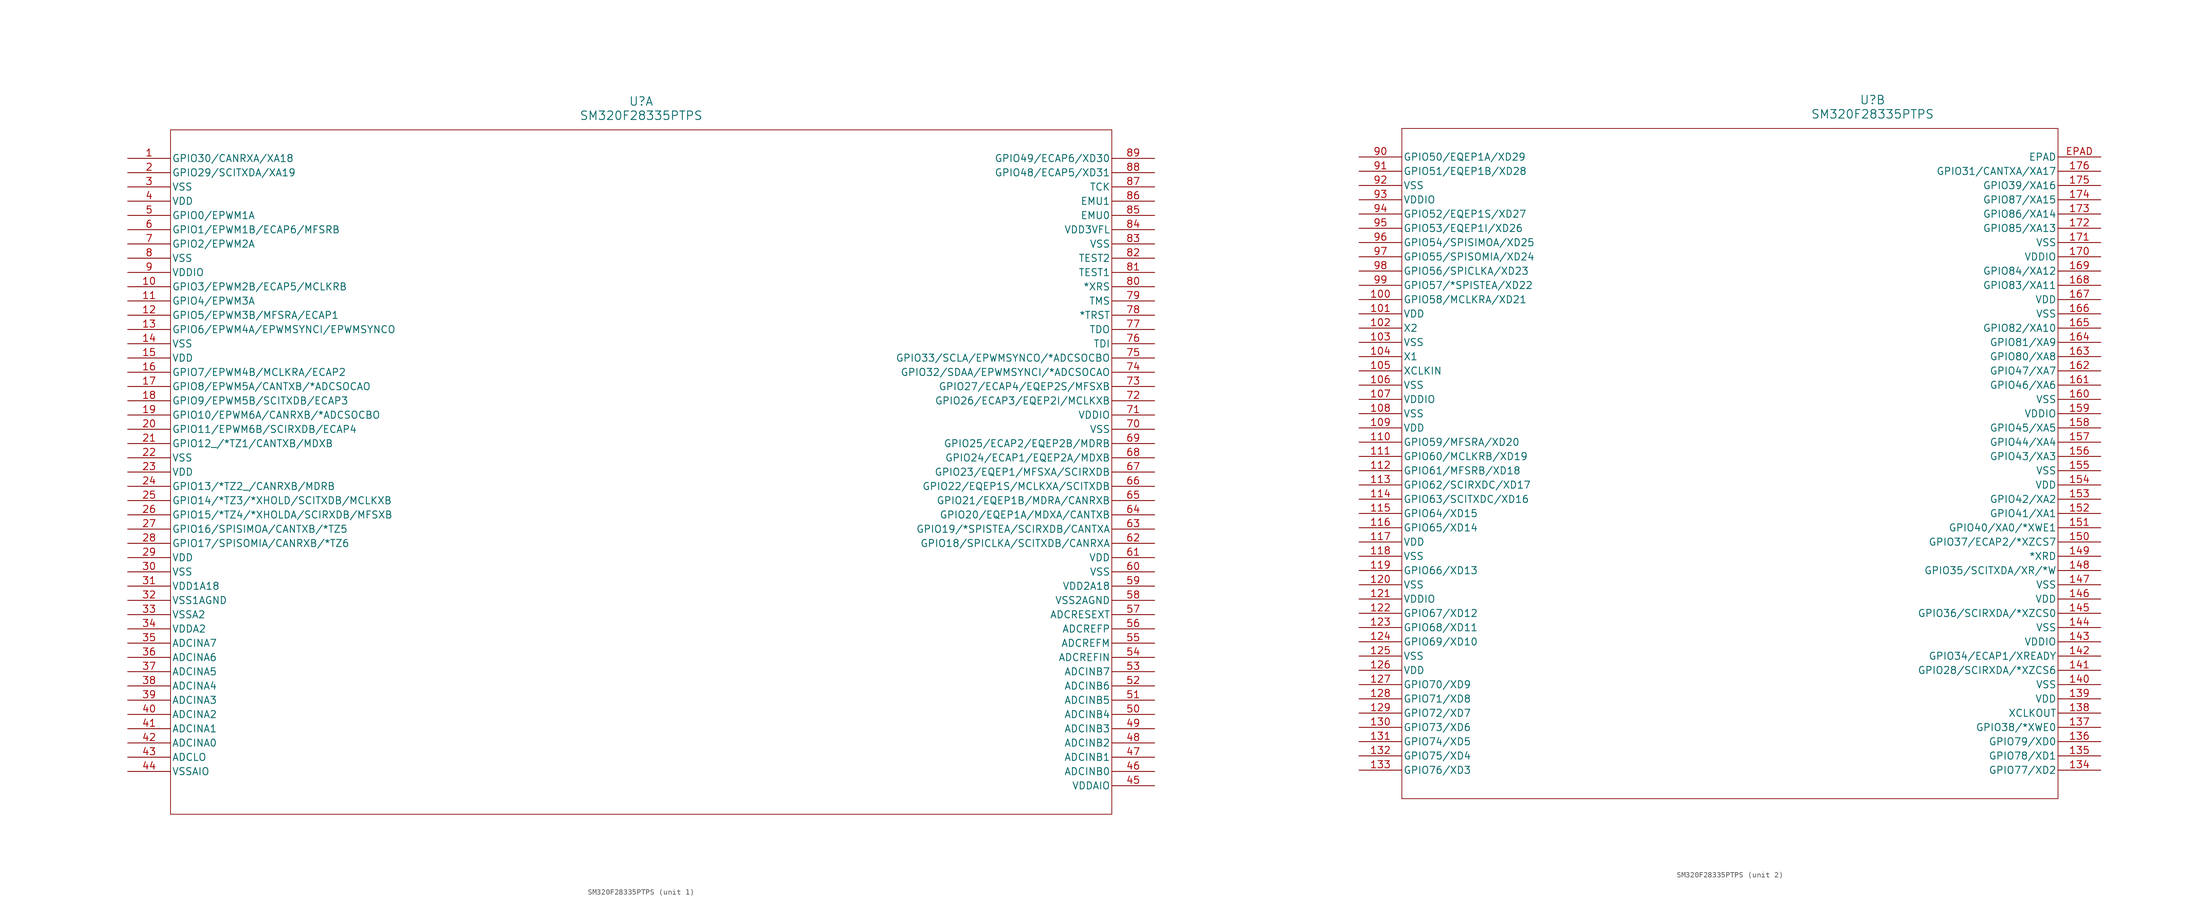
<source format=kicad_sym>
(kicad_symbol_lib
  (version 20211014)
  (generator kicad_symbol_editor)
  (symbol "SM320F28335PTPS"
    (pin_names
      (offset 0.254))
    (property "Reference" "U"
      (at 91.44 10.16 0)
      (effects (font (size 1.524 1.524))))
    (property "Value" "SM320F28335PTPS"
      (at 91.44 7.62 0)
      (effects (font (size 1.524 1.524))))
    (symbol "SM320F28335PTPS_1_1"
      (polyline (pts (xy 7.62 5.08) (xy 7.62 -116.84)) (stroke (width 0.127) (type default) (color 0 0 0 0)) (fill (type none)))
      (polyline (pts (xy 7.62 -116.84) (xy 175.26 -116.84)) (stroke (width 0.127) (type default) (color 0 0 0 0)) (fill (type none)))
      (polyline (pts (xy 175.26 -116.84) (xy 175.26 5.08)) (stroke (width 0.127) (type default) (color 0 0 0 0)) (fill (type none)))
      (polyline (pts (xy 175.26 5.08) (xy 7.62 5.08)) (stroke (width 0.127) (type default) (color 0 0 0 0)) (fill (type none)))
      (pin bidirectional line (at 0 0 0) (length 7.62) (name "GPIO30/CANRXA/XA18" (effects (font (size 1.27 1.27)))) (number "1" (effects (font (size 1.27 1.27)))))
      (pin bidirectional line (at 0 -2.54 0) (length 7.62) (name "GPIO29/SCITXDA/XA19" (effects (font (size 1.27 1.27)))) (number "2" (effects (font (size 1.27 1.27)))))
      (pin power_in line (at 0 -5.08 0) (length 7.62) (name "VSS" (effects (font (size 1.27 1.27)))) (number "3" (effects (font (size 1.27 1.27)))))
      (pin power_in line (at 0 -7.62 0) (length 7.62) (name "VDD" (effects (font (size 1.27 1.27)))) (number "4" (effects (font (size 1.27 1.27)))))
      (pin bidirectional line (at 0 -10.16 0) (length 7.62) (name "GPIO0/EPWM1A" (effects (font (size 1.27 1.27)))) (number "5" (effects (font (size 1.27 1.27)))))
      (pin bidirectional line (at 0 -12.7 0) (length 7.62) (name "GPIO1/EPWM1B/ECAP6/MFSRB" (effects (font (size 1.27 1.27)))) (number "6" (effects (font (size 1.27 1.27)))))
      (pin bidirectional line (at 0 -15.24 0) (length 7.62) (name "GPIO2/EPWM2A" (effects (font (size 1.27 1.27)))) (number "7" (effects (font (size 1.27 1.27)))))
      (pin power_in line (at 0 -17.78 0) (length 7.62) (name "VSS" (effects (font (size 1.27 1.27)))) (number "8" (effects (font (size 1.27 1.27)))))
      (pin power_in line (at 0 -20.32 0) (length 7.62) (name "VDDIO" (effects (font (size 1.27 1.27)))) (number "9" (effects (font (size 1.27 1.27)))))
      (pin bidirectional line (at 0 -22.86 0) (length 7.62) (name "GPIO3/EPWM2B/ECAP5/MCLKRB" (effects (font (size 1.27 1.27)))) (number "10" (effects (font (size 1.27 1.27)))))
      (pin bidirectional line (at 0 -25.4 0) (length 7.62) (name "GPIO4/EPWM3A" (effects (font (size 1.27 1.27)))) (number "11" (effects (font (size 1.27 1.27)))))
      (pin bidirectional line (at 0 -27.94 0) (length 7.62) (name "GPIO5/EPWM3B/MFSRA/ECAP1" (effects (font (size 1.27 1.27)))) (number "12" (effects (font (size 1.27 1.27)))))
      (pin bidirectional line (at 0 -30.48 0) (length 7.62) (name "GPIO6/EPWM4A/EPWMSYNCI/EPWMSYNCO" (effects (font (size 1.27 1.27)))) (number "13" (effects (font (size 1.27 1.27)))))
      (pin power_in line (at 0 -33.02 0) (length 7.62) (name "VSS" (effects (font (size 1.27 1.27)))) (number "14" (effects (font (size 1.27 1.27)))))
      (pin power_in line (at 0 -35.56 0) (length 7.62) (name "VDD" (effects (font (size 1.27 1.27)))) (number "15" (effects (font (size 1.27 1.27)))))
      (pin bidirectional line (at 0 -38.1 0) (length 7.62) (name "GPIO7/EPWM4B/MCLKRA/ECAP2" (effects (font (size 1.27 1.27)))) (number "16" (effects (font (size 1.27 1.27)))))
      (pin bidirectional line (at 0 -40.64 0) (length 7.62) (name "GPIO8/EPWM5A/CANTXB/*ADCSOCAO" (effects (font (size 1.27 1.27)))) (number "17" (effects (font (size 1.27 1.27)))))
      (pin bidirectional line (at 0 -43.18 0) (length 7.62) (name "GPIO9/EPWM5B/SCITXDB/ECAP3" (effects (font (size 1.27 1.27)))) (number "18" (effects (font (size 1.27 1.27)))))
      (pin bidirectional line (at 0 -45.72 0) (length 7.62) (name "GPIO10/EPWM6A/CANRXB/*ADCSOCBO" (effects (font (size 1.27 1.27)))) (number "19" (effects (font (size 1.27 1.27)))))
      (pin bidirectional line (at 0 -48.26 0) (length 7.62) (name "GPIO11/EPWM6B/SCIRXDB/ECAP4" (effects (font (size 1.27 1.27)))) (number "20" (effects (font (size 1.27 1.27)))))
      (pin bidirectional line (at 0 -50.8 0) (length 7.62) (name "GPIO12 /*TZ1/CANTXB/MDXB" (effects (font (size 1.27 1.27)))) (number "21" (effects (font (size 1.27 1.27)))))
      (pin power_in line (at 0 -53.34 0) (length 7.62) (name "VSS" (effects (font (size 1.27 1.27)))) (number "22" (effects (font (size 1.27 1.27)))))
      (pin power_in line (at 0 -55.88 0) (length 7.62) (name "VDD" (effects (font (size 1.27 1.27)))) (number "23" (effects (font (size 1.27 1.27)))))
      (pin bidirectional line (at 0 -58.42 0) (length 7.62) (name "GPIO13/*TZ2 /CANRXB/MDRB" (effects (font (size 1.27 1.27)))) (number "24" (effects (font (size 1.27 1.27)))))
      (pin bidirectional line (at 0 -60.96 0) (length 7.62) (name "GPIO14/*TZ3/*XHOLD/SCITXDB/MCLKXB" (effects (font (size 1.27 1.27)))) (number "25" (effects (font (size 1.27 1.27)))))
      (pin bidirectional line (at 0 -63.5 0) (length 7.62) (name "GPIO15/*TZ4/*XHOLDA/SCIRXDB/MFSXB" (effects (font (size 1.27 1.27)))) (number "26" (effects (font (size 1.27 1.27)))))
      (pin bidirectional line (at 0 -66.04 0) (length 7.62) (name "GPIO16/SPISIMOA/CANTXB/*TZ5" (effects (font (size 1.27 1.27)))) (number "27" (effects (font (size 1.27 1.27)))))
      (pin bidirectional line (at 0 -68.58 0) (length 7.62) (name "GPIO17/SPISOMIA/CANRXB/*TZ6" (effects (font (size 1.27 1.27)))) (number "28" (effects (font (size 1.27 1.27)))))
      (pin power_in line (at 0 -71.12 0) (length 7.62) (name "VDD" (effects (font (size 1.27 1.27)))) (number "29" (effects (font (size 1.27 1.27)))))
      (pin power_in line (at 0 -73.66 0) (length 7.62) (name "VSS" (effects (font (size 1.27 1.27)))) (number "30" (effects (font (size 1.27 1.27)))))
      (pin power_in line (at 0 -76.2 0) (length 7.62) (name "VDD1A18" (effects (font (size 1.27 1.27)))) (number "31" (effects (font (size 1.27 1.27)))))
      (pin power_in line (at 0 -78.74 0) (length 7.62) (name "VSS1AGND" (effects (font (size 1.27 1.27)))) (number "32" (effects (font (size 1.27 1.27)))))
      (pin power_in line (at 0 -81.28 0) (length 7.62) (name "VSSA2" (effects (font (size 1.27 1.27)))) (number "33" (effects (font (size 1.27 1.27)))))
      (pin power_in line (at 0 -83.82 0) (length 7.62) (name "VDDA2" (effects (font (size 1.27 1.27)))) (number "34" (effects (font (size 1.27 1.27)))))
      (pin input line (at 0 -86.36 0) (length 7.62) (name "ADCINA7" (effects (font (size 1.27 1.27)))) (number "35" (effects (font (size 1.27 1.27)))))
      (pin input line (at 0 -88.9 0) (length 7.62) (name "ADCINA6" (effects (font (size 1.27 1.27)))) (number "36" (effects (font (size 1.27 1.27)))))
      (pin input line (at 0 -91.44 0) (length 7.62) (name "ADCINA5" (effects (font (size 1.27 1.27)))) (number "37" (effects (font (size 1.27 1.27)))))
      (pin input line (at 0 -93.98 0) (length 7.62) (name "ADCINA4" (effects (font (size 1.27 1.27)))) (number "38" (effects (font (size 1.27 1.27)))))
      (pin input line (at 0 -96.52 0) (length 7.62) (name "ADCINA3" (effects (font (size 1.27 1.27)))) (number "39" (effects (font (size 1.27 1.27)))))
      (pin input line (at 0 -99.06 0) (length 7.62) (name "ADCINA2" (effects (font (size 1.27 1.27)))) (number "40" (effects (font (size 1.27 1.27)))))
      (pin input line (at 0 -101.6 0) (length 7.62) (name "ADCINA1" (effects (font (size 1.27 1.27)))) (number "41" (effects (font (size 1.27 1.27)))))
      (pin input line (at 0 -104.14 0) (length 7.62) (name "ADCINA0" (effects (font (size 1.27 1.27)))) (number "42" (effects (font (size 1.27 1.27)))))
      (pin unspecified line (at 0 -106.68 0) (length 7.62) (name "ADCLO" (effects (font (size 1.27 1.27)))) (number "43" (effects (font (size 1.27 1.27)))))
      (pin power_in line (at 0 -109.22 0) (length 7.62) (name "VSSAIO" (effects (font (size 1.27 1.27)))) (number "44" (effects (font (size 1.27 1.27)))))
      (pin power_in line (at 182.88 -111.76 180) (length 7.62) (name "VDDAIO" (effects (font (size 1.27 1.27)))) (number "45" (effects (font (size 1.27 1.27)))))
      (pin input line (at 182.88 -109.22 180) (length 7.62) (name "ADCINB0" (effects (font (size 1.27 1.27)))) (number "46" (effects (font (size 1.27 1.27)))))
      (pin input line (at 182.88 -106.68 180) (length 7.62) (name "ADCINB1" (effects (font (size 1.27 1.27)))) (number "47" (effects (font (size 1.27 1.27)))))
      (pin input line (at 182.88 -104.14 180) (length 7.62) (name "ADCINB2" (effects (font (size 1.27 1.27)))) (number "48" (effects (font (size 1.27 1.27)))))
      (pin input line (at 182.88 -101.6 180) (length 7.62) (name "ADCINB3" (effects (font (size 1.27 1.27)))) (number "49" (effects (font (size 1.27 1.27)))))
      (pin input line (at 182.88 -99.06 180) (length 7.62) (name "ADCINB4" (effects (font (size 1.27 1.27)))) (number "50" (effects (font (size 1.27 1.27)))))
      (pin input line (at 182.88 -96.52 180) (length 7.62) (name "ADCINB5" (effects (font (size 1.27 1.27)))) (number "51" (effects (font (size 1.27 1.27)))))
      (pin input line (at 182.88 -93.98 180) (length 7.62) (name "ADCINB6" (effects (font (size 1.27 1.27)))) (number "52" (effects (font (size 1.27 1.27)))))
      (pin input line (at 182.88 -91.44 180) (length 7.62) (name "ADCINB7" (effects (font (size 1.27 1.27)))) (number "53" (effects (font (size 1.27 1.27)))))
      (pin input line (at 182.88 -88.9 180) (length 7.62) (name "ADCREFIN" (effects (font (size 1.27 1.27)))) (number "54" (effects (font (size 1.27 1.27)))))
      (pin output line (at 182.88 -86.36 180) (length 7.62) (name "ADCREFM" (effects (font (size 1.27 1.27)))) (number "55" (effects (font (size 1.27 1.27)))))
      (pin output line (at 182.88 -83.82 180) (length 7.62) (name "ADCREFP" (effects (font (size 1.27 1.27)))) (number "56" (effects (font (size 1.27 1.27)))))
      (pin unspecified line (at 182.88 -81.28 180) (length 7.62) (name "ADCRESEXT" (effects (font (size 1.27 1.27)))) (number "57" (effects (font (size 1.27 1.27)))))
      (pin power_in line (at 182.88 -78.74 180) (length 7.62) (name "VSS2AGND" (effects (font (size 1.27 1.27)))) (number "58" (effects (font (size 1.27 1.27)))))
      (pin power_in line (at 182.88 -76.2 180) (length 7.62) (name "VDD2A18" (effects (font (size 1.27 1.27)))) (number "59" (effects (font (size 1.27 1.27)))))
      (pin power_in line (at 182.88 -73.66 180) (length 7.62) (name "VSS" (effects (font (size 1.27 1.27)))) (number "60" (effects (font (size 1.27 1.27)))))
      (pin power_in line (at 182.88 -71.12 180) (length 7.62) (name "VDD" (effects (font (size 1.27 1.27)))) (number "61" (effects (font (size 1.27 1.27)))))
      (pin bidirectional line (at 182.88 -68.58 180) (length 7.62) (name "GPIO18/SPICLKA/SCITXDB/CANRXA" (effects (font (size 1.27 1.27)))) (number "62" (effects (font (size 1.27 1.27)))))
      (pin bidirectional line (at 182.88 -66.04 180) (length 7.62) (name "GPIO19/*SPISTEA/SCIRXDB/CANTXA" (effects (font (size 1.27 1.27)))) (number "63" (effects (font (size 1.27 1.27)))))
      (pin bidirectional line (at 182.88 -63.5 180) (length 7.62) (name "GPIO20/EQEP1A/MDXA/CANTXB" (effects (font (size 1.27 1.27)))) (number "64" (effects (font (size 1.27 1.27)))))
      (pin bidirectional line (at 182.88 -60.96 180) (length 7.62) (name "GPIO21/EQEP1B/MDRA/CANRXB" (effects (font (size 1.27 1.27)))) (number "65" (effects (font (size 1.27 1.27)))))
      (pin bidirectional line (at 182.88 -58.42 180) (length 7.62) (name "GPIO22/EQEP1S/MCLKXA/SCITXDB" (effects (font (size 1.27 1.27)))) (number "66" (effects (font (size 1.27 1.27)))))
      (pin bidirectional line (at 182.88 -55.88 180) (length 7.62) (name "GPIO23/EQEP1/MFSXA/SCIRXDB" (effects (font (size 1.27 1.27)))) (number "67" (effects (font (size 1.27 1.27)))))
      (pin bidirectional line (at 182.88 -53.34 180) (length 7.62) (name "GPIO24/ECAP1/EQEP2A/MDXB" (effects (font (size 1.27 1.27)))) (number "68" (effects (font (size 1.27 1.27)))))
      (pin bidirectional line (at 182.88 -50.8 180) (length 7.62) (name "GPIO25/ECAP2/EQEP2B/MDRB" (effects (font (size 1.27 1.27)))) (number "69" (effects (font (size 1.27 1.27)))))
      (pin power_in line (at 182.88 -48.26 180) (length 7.62) (name "VSS" (effects (font (size 1.27 1.27)))) (number "70" (effects (font (size 1.27 1.27)))))
      (pin power_in line (at 182.88 -45.72 180) (length 7.62) (name "VDDIO" (effects (font (size 1.27 1.27)))) (number "71" (effects (font (size 1.27 1.27)))))
      (pin bidirectional line (at 182.88 -43.18 180) (length 7.62) (name "GPIO26/ECAP3/EQEP2I/MCLKXB" (effects (font (size 1.27 1.27)))) (number "72" (effects (font (size 1.27 1.27)))))
      (pin bidirectional line (at 182.88 -40.64 180) (length 7.62) (name "GPIO27/ECAP4/EQEP2S/MFSXB" (effects (font (size 1.27 1.27)))) (number "73" (effects (font (size 1.27 1.27)))))
      (pin bidirectional line (at 182.88 -38.1 180) (length 7.62) (name "GPIO32/SDAA/EPWMSYNCI/*ADCSOCAO" (effects (font (size 1.27 1.27)))) (number "74" (effects (font (size 1.27 1.27)))))
      (pin bidirectional line (at 182.88 -35.56 180) (length 7.62) (name "GPIO33/SCLA/EPWMSYNCO/*ADCSOCBO" (effects (font (size 1.27 1.27)))) (number "75" (effects (font (size 1.27 1.27)))))
      (pin input line (at 182.88 -33.02 180) (length 7.62) (name "TDI" (effects (font (size 1.27 1.27)))) (number "76" (effects (font (size 1.27 1.27)))))
      (pin output line (at 182.88 -30.48 180) (length 7.62) (name "TDO" (effects (font (size 1.27 1.27)))) (number "77" (effects (font (size 1.27 1.27)))))
      (pin unspecified line (at 182.88 -27.94 180) (length 7.62) (name "*TRST" (effects (font (size 1.27 1.27)))) (number "78" (effects (font (size 1.27 1.27)))))
      (pin input line (at 182.88 -25.4 180) (length 7.62) (name "TMS" (effects (font (size 1.27 1.27)))) (number "79" (effects (font (size 1.27 1.27)))))
      (pin bidirectional line (at 182.88 -22.86 180) (length 7.62) (name "*XRS" (effects (font (size 1.27 1.27)))) (number "80" (effects (font (size 1.27 1.27)))))
      (pin bidirectional line (at 182.88 -20.32 180) (length 7.62) (name "TEST1" (effects (font (size 1.27 1.27)))) (number "81" (effects (font (size 1.27 1.27)))))
      (pin bidirectional line (at 182.88 -17.78 180) (length 7.62) (name "TEST2" (effects (font (size 1.27 1.27)))) (number "82" (effects (font (size 1.27 1.27)))))
      (pin power_in line (at 182.88 -15.24 180) (length 7.62) (name "VSS" (effects (font (size 1.27 1.27)))) (number "83" (effects (font (size 1.27 1.27)))))
      (pin power_in line (at 182.88 -12.7 180) (length 7.62) (name "VDD3VFL" (effects (font (size 1.27 1.27)))) (number "84" (effects (font (size 1.27 1.27)))))
      (pin unspecified line (at 182.88 -10.16 180) (length 7.62) (name "EMU0" (effects (font (size 1.27 1.27)))) (number "85" (effects (font (size 1.27 1.27)))))
      (pin unspecified line (at 182.88 -7.62 180) (length 7.62) (name "EMU1" (effects (font (size 1.27 1.27)))) (number "86" (effects (font (size 1.27 1.27)))))
      (pin input line (at 182.88 -5.08 180) (length 7.62) (name "TCK" (effects (font (size 1.27 1.27)))) (number "87" (effects (font (size 1.27 1.27)))))
      (pin bidirectional line (at 182.88 -2.54 180) (length 7.62) (name "GPIO48/ECAP5/XD31" (effects (font (size 1.27 1.27)))) (number "88" (effects (font (size 1.27 1.27)))))
      (pin bidirectional line (at 182.88 0 180) (length 7.62) (name "GPIO49/ECAP6/XD30" (effects (font (size 1.27 1.27)))) (number "89" (effects (font (size 1.27 1.27))))))
    (symbol "SM320F28335PTPS_2_1"
      (polyline (pts (xy 7.62 5.08) (xy 7.62 -114.3)) (stroke (width 0.127) (type default) (color 0 0 0 0)) (fill (type none)))
      (polyline (pts (xy 7.62 -114.3) (xy 124.46 -114.3)) (stroke (width 0.127) (type default) (color 0 0 0 0)) (fill (type none)))
      (polyline (pts (xy 124.46 -114.3) (xy 124.46 5.08)) (stroke (width 0.127) (type default) (color 0 0 0 0)) (fill (type none)))
      (polyline (pts (xy 124.46 5.08) (xy 7.62 5.08)) (stroke (width 0.127) (type default) (color 0 0 0 0)) (fill (type none)))
      (pin bidirectional line (at 0 0 0) (length 7.62) (name "GPIO50/EQEP1A/XD29" (effects (font (size 1.27 1.27)))) (number "90" (effects (font (size 1.27 1.27)))))
      (pin bidirectional line (at 0 -2.54 0) (length 7.62) (name "GPIO51/EQEP1B/XD28" (effects (font (size 1.27 1.27)))) (number "91" (effects (font (size 1.27 1.27)))))
      (pin power_in line (at 0 -5.08 0) (length 7.62) (name "VSS" (effects (font (size 1.27 1.27)))) (number "92" (effects (font (size 1.27 1.27)))))
      (pin power_in line (at 0 -7.62 0) (length 7.62) (name "VDDIO" (effects (font (size 1.27 1.27)))) (number "93" (effects (font (size 1.27 1.27)))))
      (pin bidirectional line (at 0 -10.16 0) (length 7.62) (name "GPIO52/EQEP1S/XD27" (effects (font (size 1.27 1.27)))) (number "94" (effects (font (size 1.27 1.27)))))
      (pin bidirectional line (at 0 -12.7 0) (length 7.62) (name "GPIO53/EQEP1I/XD26" (effects (font (size 1.27 1.27)))) (number "95" (effects (font (size 1.27 1.27)))))
      (pin bidirectional line (at 0 -15.24 0) (length 7.62) (name "GPIO54/SPISIMOA/XD25" (effects (font (size 1.27 1.27)))) (number "96" (effects (font (size 1.27 1.27)))))
      (pin bidirectional line (at 0 -17.78 0) (length 7.62) (name "GPIO55/SPISOMIA/XD24" (effects (font (size 1.27 1.27)))) (number "97" (effects (font (size 1.27 1.27)))))
      (pin bidirectional line (at 0 -20.32 0) (length 7.62) (name "GPIO56/SPICLKA/XD23" (effects (font (size 1.27 1.27)))) (number "98" (effects (font (size 1.27 1.27)))))
      (pin bidirectional line (at 0 -22.86 0) (length 7.62) (name "GPIO57/*SPISTEA/XD22" (effects (font (size 1.27 1.27)))) (number "99" (effects (font (size 1.27 1.27)))))
      (pin bidirectional line (at 0 -25.4 0) (length 7.62) (name "GPIO58/MCLKRA/XD21" (effects (font (size 1.27 1.27)))) (number "100" (effects (font (size 1.27 1.27)))))
      (pin power_in line (at 0 -27.94 0) (length 7.62) (name "VDD" (effects (font (size 1.27 1.27)))) (number "101" (effects (font (size 1.27 1.27)))))
      (pin input line (at 0 -30.48 0) (length 7.62) (name "X2" (effects (font (size 1.27 1.27)))) (number "102" (effects (font (size 1.27 1.27)))))
      (pin power_in line (at 0 -33.02 0) (length 7.62) (name "VSS" (effects (font (size 1.27 1.27)))) (number "103" (effects (font (size 1.27 1.27)))))
      (pin input line (at 0 -35.56 0) (length 7.62) (name "X1" (effects (font (size 1.27 1.27)))) (number "104" (effects (font (size 1.27 1.27)))))
      (pin input line (at 0 -38.1 0) (length 7.62) (name "XCLKIN" (effects (font (size 1.27 1.27)))) (number "105" (effects (font (size 1.27 1.27)))))
      (pin power_in line (at 0 -40.64 0) (length 7.62) (name "VSS" (effects (font (size 1.27 1.27)))) (number "106" (effects (font (size 1.27 1.27)))))
      (pin power_in line (at 0 -43.18 0) (length 7.62) (name "VDDIO" (effects (font (size 1.27 1.27)))) (number "107" (effects (font (size 1.27 1.27)))))
      (pin power_in line (at 0 -45.72 0) (length 7.62) (name "VSS" (effects (font (size 1.27 1.27)))) (number "108" (effects (font (size 1.27 1.27)))))
      (pin power_in line (at 0 -48.26 0) (length 7.62) (name "VDD" (effects (font (size 1.27 1.27)))) (number "109" (effects (font (size 1.27 1.27)))))
      (pin bidirectional line (at 0 -50.8 0) (length 7.62) (name "GPIO59/MFSRA/XD20" (effects (font (size 1.27 1.27)))) (number "110" (effects (font (size 1.27 1.27)))))
      (pin bidirectional line (at 0 -53.34 0) (length 7.62) (name "GPIO60/MCLKRB/XD19" (effects (font (size 1.27 1.27)))) (number "111" (effects (font (size 1.27 1.27)))))
      (pin bidirectional line (at 0 -55.88 0) (length 7.62) (name "GPIO61/MFSRB/XD18" (effects (font (size 1.27 1.27)))) (number "112" (effects (font (size 1.27 1.27)))))
      (pin bidirectional line (at 0 -58.42 0) (length 7.62) (name "GPIO62/SCIRXDC/XD17" (effects (font (size 1.27 1.27)))) (number "113" (effects (font (size 1.27 1.27)))))
      (pin bidirectional line (at 0 -60.96 0) (length 7.62) (name "GPIO63/SCITXDC/XD16" (effects (font (size 1.27 1.27)))) (number "114" (effects (font (size 1.27 1.27)))))
      (pin bidirectional line (at 0 -63.5 0) (length 7.62) (name "GPIO64/XD15" (effects (font (size 1.27 1.27)))) (number "115" (effects (font (size 1.27 1.27)))))
      (pin bidirectional line (at 0 -66.04 0) (length 7.62) (name "GPIO65/XD14" (effects (font (size 1.27 1.27)))) (number "116" (effects (font (size 1.27 1.27)))))
      (pin power_in line (at 0 -68.58 0) (length 7.62) (name "VDD" (effects (font (size 1.27 1.27)))) (number "117" (effects (font (size 1.27 1.27)))))
      (pin power_in line (at 0 -71.12 0) (length 7.62) (name "VSS" (effects (font (size 1.27 1.27)))) (number "118" (effects (font (size 1.27 1.27)))))
      (pin bidirectional line (at 0 -73.66 0) (length 7.62) (name "GPIO66/XD13" (effects (font (size 1.27 1.27)))) (number "119" (effects (font (size 1.27 1.27)))))
      (pin power_in line (at 0 -76.2 0) (length 7.62) (name "VSS" (effects (font (size 1.27 1.27)))) (number "120" (effects (font (size 1.27 1.27)))))
      (pin power_in line (at 0 -78.74 0) (length 7.62) (name "VDDIO" (effects (font (size 1.27 1.27)))) (number "121" (effects (font (size 1.27 1.27)))))
      (pin bidirectional line (at 0 -81.28 0) (length 7.62) (name "GPIO67/XD12" (effects (font (size 1.27 1.27)))) (number "122" (effects (font (size 1.27 1.27)))))
      (pin bidirectional line (at 0 -83.82 0) (length 7.62) (name "GPIO68/XD11" (effects (font (size 1.27 1.27)))) (number "123" (effects (font (size 1.27 1.27)))))
      (pin bidirectional line (at 0 -86.36 0) (length 7.62) (name "GPIO69/XD10" (effects (font (size 1.27 1.27)))) (number "124" (effects (font (size 1.27 1.27)))))
      (pin power_in line (at 0 -88.9 0) (length 7.62) (name "VSS" (effects (font (size 1.27 1.27)))) (number "125" (effects (font (size 1.27 1.27)))))
      (pin power_in line (at 0 -91.44 0) (length 7.62) (name "VDD" (effects (font (size 1.27 1.27)))) (number "126" (effects (font (size 1.27 1.27)))))
      (pin bidirectional line (at 0 -93.98 0) (length 7.62) (name "GPIO70/XD9" (effects (font (size 1.27 1.27)))) (number "127" (effects (font (size 1.27 1.27)))))
      (pin bidirectional line (at 0 -96.52 0) (length 7.62) (name "GPIO71/XD8" (effects (font (size 1.27 1.27)))) (number "128" (effects (font (size 1.27 1.27)))))
      (pin bidirectional line (at 0 -99.06 0) (length 7.62) (name "GPIO72/XD7" (effects (font (size 1.27 1.27)))) (number "129" (effects (font (size 1.27 1.27)))))
      (pin bidirectional line (at 0 -101.6 0) (length 7.62) (name "GPIO73/XD6" (effects (font (size 1.27 1.27)))) (number "130" (effects (font (size 1.27 1.27)))))
      (pin bidirectional line (at 0 -104.14 0) (length 7.62) (name "GPIO74/XD5" (effects (font (size 1.27 1.27)))) (number "131" (effects (font (size 1.27 1.27)))))
      (pin bidirectional line (at 0 -106.68 0) (length 7.62) (name "GPIO75/XD4" (effects (font (size 1.27 1.27)))) (number "132" (effects (font (size 1.27 1.27)))))
      (pin bidirectional line (at 0 -109.22 0) (length 7.62) (name "GPIO76/XD3" (effects (font (size 1.27 1.27)))) (number "133" (effects (font (size 1.27 1.27)))))
      (pin bidirectional line (at 132.08 -109.22 180) (length 7.62) (name "GPIO77/XD2" (effects (font (size 1.27 1.27)))) (number "134" (effects (font (size 1.27 1.27)))))
      (pin bidirectional line (at 132.08 -106.68 180) (length 7.62) (name "GPIO78/XD1" (effects (font (size 1.27 1.27)))) (number "135" (effects (font (size 1.27 1.27)))))
      (pin bidirectional line (at 132.08 -104.14 180) (length 7.62) (name "GPIO79/XD0" (effects (font (size 1.27 1.27)))) (number "136" (effects (font (size 1.27 1.27)))))
      (pin bidirectional line (at 132.08 -101.6 180) (length 7.62) (name "GPIO38/*XWE0" (effects (font (size 1.27 1.27)))) (number "137" (effects (font (size 1.27 1.27)))))
      (pin output line (at 132.08 -99.06 180) (length 7.62) (name "XCLKOUT" (effects (font (size 1.27 1.27)))) (number "138" (effects (font (size 1.27 1.27)))))
      (pin power_in line (at 132.08 -96.52 180) (length 7.62) (name "VDD" (effects (font (size 1.27 1.27)))) (number "139" (effects (font (size 1.27 1.27)))))
      (pin power_in line (at 132.08 -93.98 180) (length 7.62) (name "VSS" (effects (font (size 1.27 1.27)))) (number "140" (effects (font (size 1.27 1.27)))))
      (pin bidirectional line (at 132.08 -91.44 180) (length 7.62) (name "GPIO28/SCIRXDA/*XZCS6" (effects (font (size 1.27 1.27)))) (number "141" (effects (font (size 1.27 1.27)))))
      (pin bidirectional line (at 132.08 -88.9 180) (length 7.62) (name "GPIO34/ECAP1/XREADY" (effects (font (size 1.27 1.27)))) (number "142" (effects (font (size 1.27 1.27)))))
      (pin power_in line (at 132.08 -86.36 180) (length 7.62) (name "VDDIO" (effects (font (size 1.27 1.27)))) (number "143" (effects (font (size 1.27 1.27)))))
      (pin power_in line (at 132.08 -83.82 180) (length 7.62) (name "VSS" (effects (font (size 1.27 1.27)))) (number "144" (effects (font (size 1.27 1.27)))))
      (pin bidirectional line (at 132.08 -81.28 180) (length 7.62) (name "GPIO36/SCIRXDA/*XZCS0" (effects (font (size 1.27 1.27)))) (number "145" (effects (font (size 1.27 1.27)))))
      (pin power_in line (at 132.08 -78.74 180) (length 7.62) (name "VDD" (effects (font (size 1.27 1.27)))) (number "146" (effects (font (size 1.27 1.27)))))
      (pin power_in line (at 132.08 -76.2 180) (length 7.62) (name "VSS" (effects (font (size 1.27 1.27)))) (number "147" (effects (font (size 1.27 1.27)))))
      (pin bidirectional line (at 132.08 -73.66 180) (length 7.62) (name "GPIO35/SCITXDA/XR/*W" (effects (font (size 1.27 1.27)))) (number "148" (effects (font (size 1.27 1.27)))))
      (pin unspecified line (at 132.08 -71.12 180) (length 7.62) (name "*XRD" (effects (font (size 1.27 1.27)))) (number "149" (effects (font (size 1.27 1.27)))))
      (pin bidirectional line (at 132.08 -68.58 180) (length 7.62) (name "GPIO37/ECAP2/*XZCS7" (effects (font (size 1.27 1.27)))) (number "150" (effects (font (size 1.27 1.27)))))
      (pin bidirectional line (at 132.08 -66.04 180) (length 7.62) (name "GPIO40/XA0/*XWE1" (effects (font (size 1.27 1.27)))) (number "151" (effects (font (size 1.27 1.27)))))
      (pin bidirectional line (at 132.08 -63.5 180) (length 7.62) (name "GPIO41/XA1" (effects (font (size 1.27 1.27)))) (number "152" (effects (font (size 1.27 1.27)))))
      (pin bidirectional line (at 132.08 -60.96 180) (length 7.62) (name "GPIO42/XA2" (effects (font (size 1.27 1.27)))) (number "153" (effects (font (size 1.27 1.27)))))
      (pin power_in line (at 132.08 -58.42 180) (length 7.62) (name "VDD" (effects (font (size 1.27 1.27)))) (number "154" (effects (font (size 1.27 1.27)))))
      (pin power_in line (at 132.08 -55.88 180) (length 7.62) (name "VSS" (effects (font (size 1.27 1.27)))) (number "155" (effects (font (size 1.27 1.27)))))
      (pin bidirectional line (at 132.08 -53.34 180) (length 7.62) (name "GPIO43/XA3" (effects (font (size 1.27 1.27)))) (number "156" (effects (font (size 1.27 1.27)))))
      (pin bidirectional line (at 132.08 -50.8 180) (length 7.62) (name "GPIO44/XA4" (effects (font (size 1.27 1.27)))) (number "157" (effects (font (size 1.27 1.27)))))
      (pin bidirectional line (at 132.08 -48.26 180) (length 7.62) (name "GPIO45/XA5" (effects (font (size 1.27 1.27)))) (number "158" (effects (font (size 1.27 1.27)))))
      (pin power_in line (at 132.08 -45.72 180) (length 7.62) (name "VDDIO" (effects (font (size 1.27 1.27)))) (number "159" (effects (font (size 1.27 1.27)))))
      (pin power_in line (at 132.08 -43.18 180) (length 7.62) (name "VSS" (effects (font (size 1.27 1.27)))) (number "160" (effects (font (size 1.27 1.27)))))
      (pin bidirectional line (at 132.08 -40.64 180) (length 7.62) (name "GPIO46/XA6" (effects (font (size 1.27 1.27)))) (number "161" (effects (font (size 1.27 1.27)))))
      (pin bidirectional line (at 132.08 -38.1 180) (length 7.62) (name "GPIO47/XA7" (effects (font (size 1.27 1.27)))) (number "162" (effects (font (size 1.27 1.27)))))
      (pin bidirectional line (at 132.08 -35.56 180) (length 7.62) (name "GPIO80/XA8" (effects (font (size 1.27 1.27)))) (number "163" (effects (font (size 1.27 1.27)))))
      (pin bidirectional line (at 132.08 -33.02 180) (length 7.62) (name "GPIO81/XA9" (effects (font (size 1.27 1.27)))) (number "164" (effects (font (size 1.27 1.27)))))
      (pin bidirectional line (at 132.08 -30.48 180) (length 7.62) (name "GPIO82/XA10" (effects (font (size 1.27 1.27)))) (number "165" (effects (font (size 1.27 1.27)))))
      (pin power_in line (at 132.08 -27.94 180) (length 7.62) (name "VSS" (effects (font (size 1.27 1.27)))) (number "166" (effects (font (size 1.27 1.27)))))
      (pin power_in line (at 132.08 -25.4 180) (length 7.62) (name "VDD" (effects (font (size 1.27 1.27)))) (number "167" (effects (font (size 1.27 1.27)))))
      (pin bidirectional line (at 132.08 -22.86 180) (length 7.62) (name "GPIO83/XA11" (effects (font (size 1.27 1.27)))) (number "168" (effects (font (size 1.27 1.27)))))
      (pin bidirectional line (at 132.08 -20.32 180) (length 7.62) (name "GPIO84/XA12" (effects (font (size 1.27 1.27)))) (number "169" (effects (font (size 1.27 1.27)))))
      (pin power_in line (at 132.08 -17.78 180) (length 7.62) (name "VDDIO" (effects (font (size 1.27 1.27)))) (number "170" (effects (font (size 1.27 1.27)))))
      (pin power_in line (at 132.08 -15.24 180) (length 7.62) (name "VSS" (effects (font (size 1.27 1.27)))) (number "171" (effects (font (size 1.27 1.27)))))
      (pin bidirectional line (at 132.08 -12.7 180) (length 7.62) (name "GPIO85/XA13" (effects (font (size 1.27 1.27)))) (number "172" (effects (font (size 1.27 1.27)))))
      (pin bidirectional line (at 132.08 -10.16 180) (length 7.62) (name "GPIO86/XA14" (effects (font (size 1.27 1.27)))) (number "173" (effects (font (size 1.27 1.27)))))
      (pin bidirectional line (at 132.08 -7.62 180) (length 7.62) (name "GPIO87/XA15" (effects (font (size 1.27 1.27)))) (number "174" (effects (font (size 1.27 1.27)))))
      (pin bidirectional line (at 132.08 -5.08 180) (length 7.62) (name "GPIO39/XA16" (effects (font (size 1.27 1.27)))) (number "175" (effects (font (size 1.27 1.27)))))
      (pin bidirectional line (at 132.08 -2.54 180) (length 7.62) (name "GPIO31/CANTXA/XA17" (effects (font (size 1.27 1.27)))) (number "176" (effects (font (size 1.27 1.27)))))
      (pin unspecified line (at 132.08 0 180) (length 7.62) (name "EPAD" (effects (font (size 1.27 1.27)))) (number "EPAD" (effects (font (size 1.27 1.27))))))))
</source>
